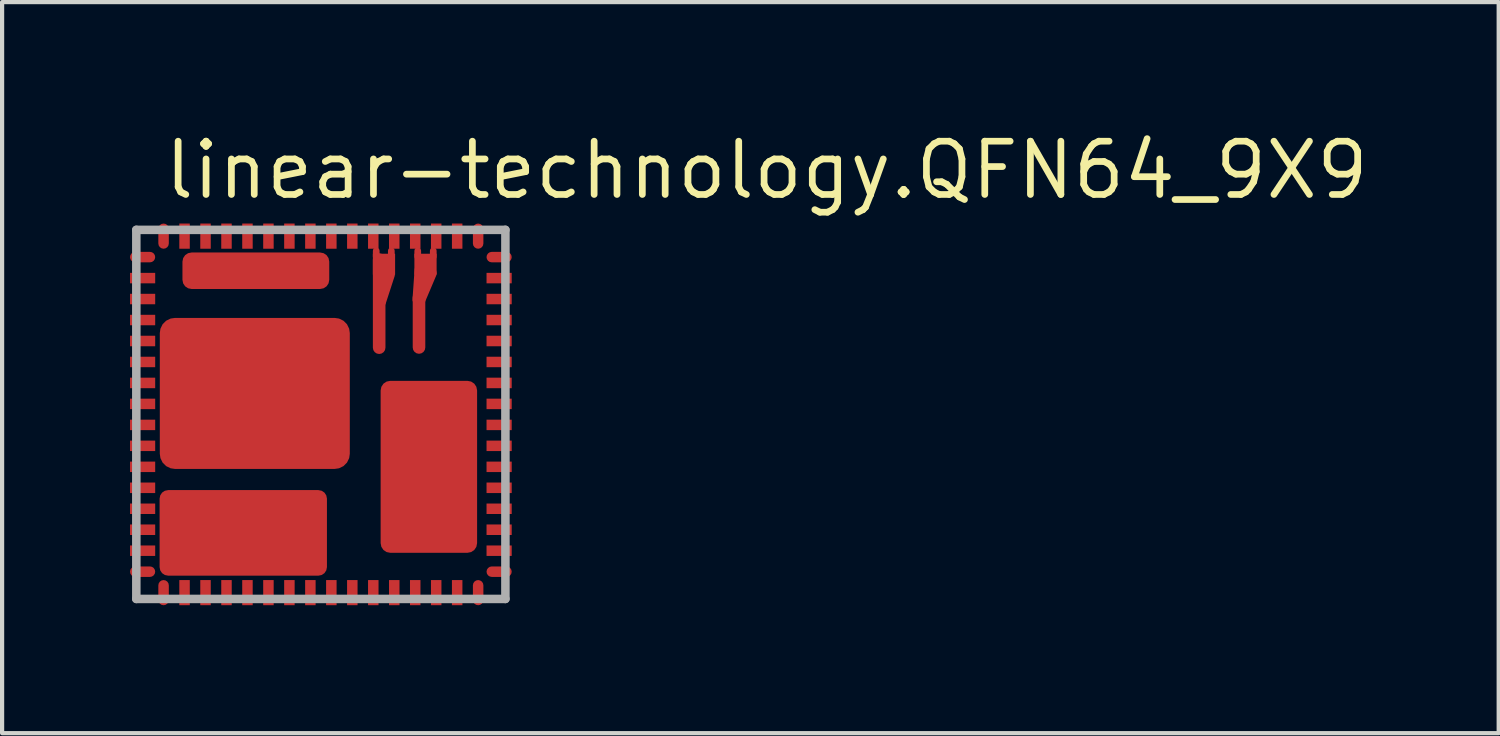
<source format=kicad_pcb>
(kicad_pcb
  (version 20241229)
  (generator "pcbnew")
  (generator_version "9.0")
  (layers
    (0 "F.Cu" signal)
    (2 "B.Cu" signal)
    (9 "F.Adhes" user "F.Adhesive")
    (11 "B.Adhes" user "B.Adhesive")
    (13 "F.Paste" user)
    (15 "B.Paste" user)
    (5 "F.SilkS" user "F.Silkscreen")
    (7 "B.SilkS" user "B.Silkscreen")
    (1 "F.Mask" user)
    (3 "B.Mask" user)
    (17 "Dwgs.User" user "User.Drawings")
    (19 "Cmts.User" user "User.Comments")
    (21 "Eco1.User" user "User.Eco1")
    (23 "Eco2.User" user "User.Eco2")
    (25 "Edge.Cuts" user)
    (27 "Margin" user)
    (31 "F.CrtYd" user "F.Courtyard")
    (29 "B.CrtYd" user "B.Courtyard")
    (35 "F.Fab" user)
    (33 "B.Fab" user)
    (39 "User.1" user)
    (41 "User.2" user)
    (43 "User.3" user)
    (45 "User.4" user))
  (footprint "linear-technology.QFN64_9X9"
    (layer "F.Cu")
    (at 4.6 6.83)
    (property "Reference" "linear-technology.QFN64_9X9" (at -3.81 -5.08 0) (layer "F.SilkS") (effects (font (size 1.27 1.27) (thickness 0.16)) (justify left bottom)))
    (attr smd)
    (fp_line (start 1.32 -3.92) (end 1.32 -1.54) (stroke (width 0.25) (type default)) (layer "F.Mask"))
    (fp_line (start 1.32 -1.54) (end 1.45 -1.54) (stroke (width 0.25) (type default)) (layer "F.Mask"))
    (fp_line (start 1.45 -1.54) (end 1.45 -2.63) (stroke (width 0.25) (type default)) (layer "F.Mask"))
    (fp_line (start 1.675 -3.95) (end 1.675 -3.375) (stroke (width 0.3) (type default)) (layer "F.Mask"))
    (fp_line (start 1.675 -3.375) (end 1.45 -2.7) (stroke (width 0.3) (type default)) (layer "F.Mask"))
    (fp_line (start 2.24 -2.63) (end 2.24 -1.5) (stroke (width 0.25) (type default)) (layer "F.Mask"))
    (fp_line (start 2.24 -1.5) (end 2.43 -1.5) (stroke (width 0.25) (type default)) (layer "F.Mask"))
    (fp_line (start 2.31 -3.92) (end 2.31 -3.56) (stroke (width 0.25) (type default)) (layer "F.Mask"))
    (fp_line (start 2.31 -3.56) (end 2.24 -2.63) (stroke (width 0.25) (type default)) (layer "F.Mask"))
    (fp_line (start 2.43 -2.67) (end 2.68 -3.3) (stroke (width 0.25) (type default)) (layer "F.Mask"))
    (fp_line (start 2.43 -1.5) (end 2.43 -2.67) (stroke (width 0.25) (type default)) (layer "F.Mask"))
    (fp_line (start 2.68 -3.92) (end 2.68 -3.3) (stroke (width 0.25) (type default)) (layer "F.Mask"))
    (fp_rect (start -4.575 -3.6) (end -3.925 -3.9) (stroke (width 0.05) (type default)) (fill yes) (layer "F.Mask"))
    (fp_rect (start -4.575 -3.1) (end -3.925 -3.4) (stroke (width 0.05) (type default)) (fill yes) (layer "F.Mask"))
    (fp_rect (start -4.575 -2.6) (end -3.925 -2.9) (stroke (width 0.05) (type default)) (fill yes) (layer "F.Mask"))
    (fp_rect (start -4.575 -2.1) (end -3.925 -2.4) (stroke (width 0.05) (type default)) (fill yes) (layer "F.Mask"))
    (fp_rect (start -4.575 -1.6) (end -3.925 -1.9) (stroke (width 0.05) (type default)) (fill yes) (layer "F.Mask"))
    (fp_rect (start -4.575 -1.1) (end -3.925 -1.4) (stroke (width 0.05) (type default)) (fill yes) (layer "F.Mask"))
    (fp_rect (start -4.575 -0.6) (end -3.925 -0.9) (stroke (width 0.05) (type default)) (fill yes) (layer "F.Mask"))
    (fp_rect (start -4.575 -0.1) (end -3.925 -0.4) (stroke (width 0.05) (type default)) (fill yes) (layer "F.Mask"))
    (fp_rect (start -4.575 0.4) (end -3.925 0.1) (stroke (width 0.05) (type default)) (fill yes) (layer "F.Mask"))
    (fp_rect (start -4.575 0.9) (end -3.925 0.6) (stroke (width 0.05) (type default)) (fill yes) (layer "F.Mask"))
    (fp_rect (start -4.575 1.4) (end -3.925 1.1) (stroke (width 0.05) (type default)) (fill yes) (layer "F.Mask"))
    (fp_rect (start -4.575 1.9) (end -3.925 1.6) (stroke (width 0.05) (type default)) (fill yes) (layer "F.Mask"))
    (fp_rect (start -4.575 2.4) (end -3.925 2.1) (stroke (width 0.05) (type default)) (fill yes) (layer "F.Mask"))
    (fp_rect (start -4.575 2.9) (end -3.925 2.6) (stroke (width 0.05) (type default)) (fill yes) (layer "F.Mask"))
    (fp_rect (start -4.575 3.4) (end -3.925 3.1) (stroke (width 0.05) (type default)) (fill yes) (layer "F.Mask"))
    (fp_rect (start -4.575 3.9) (end -3.925 3.6) (stroke (width 0.05) (type default)) (fill yes) (layer "F.Mask"))
    (fp_rect (start -3.9 -3.925) (end -3.6 -4.575) (stroke (width 0.05) (type default)) (fill yes) (layer "F.Mask"))
    (fp_rect (start -3.9 4.575) (end -3.6 3.925) (stroke (width 0.05) (type default)) (fill yes) (layer "F.Mask"))
    (fp_rect (start -3.875 1.325) (end 0.725 -2.325) (stroke (width 0.05) (type default)) (fill yes) (layer "F.Mask"))
    (fp_rect (start -3.875 3.875) (end 0.175 1.775) (stroke (width 0.05) (type default)) (fill yes) (layer "F.Mask"))
    (fp_rect (start -3.4 -3.925) (end -3.1 -4.575) (stroke (width 0.05) (type default)) (fill yes) (layer "F.Mask"))
    (fp_rect (start -3.4 4.575) (end -3.1 3.925) (stroke (width 0.05) (type default)) (fill yes) (layer "F.Mask"))
    (fp_rect (start -3.325 -2.975) (end 0.225 -3.875) (stroke (width 0.05) (type default)) (fill yes) (layer "F.Mask"))
    (fp_rect (start -2.9 -3.925) (end -2.6 -4.575) (stroke (width 0.05) (type default)) (fill yes) (layer "F.Mask"))
    (fp_rect (start -2.9 4.575) (end -2.6 3.925) (stroke (width 0.05) (type default)) (fill yes) (layer "F.Mask"))
    (fp_rect (start -2.4 -3.925) (end -2.1 -4.575) (stroke (width 0.05) (type default)) (fill yes) (layer "F.Mask"))
    (fp_rect (start -2.4 4.575) (end -2.1 3.925) (stroke (width 0.05) (type default)) (fill yes) (layer "F.Mask"))
    (fp_rect (start -1.9 -3.925) (end -1.6 -4.575) (stroke (width 0.05) (type default)) (fill yes) (layer "F.Mask"))
    (fp_rect (start -1.9 4.575) (end -1.6 3.925) (stroke (width 0.05) (type default)) (fill yes) (layer "F.Mask"))
    (fp_rect (start -1.4 -3.925) (end -1.1 -4.575) (stroke (width 0.05) (type default)) (fill yes) (layer "F.Mask"))
    (fp_rect (start -1.4 4.575) (end -1.1 3.925) (stroke (width 0.05) (type default)) (fill yes) (layer "F.Mask"))
    (fp_rect (start -0.9 -3.925) (end -0.6 -4.575) (stroke (width 0.05) (type default)) (fill yes) (layer "F.Mask"))
    (fp_rect (start -0.9 4.575) (end -0.6 3.925) (stroke (width 0.05) (type default)) (fill yes) (layer "F.Mask"))
    (fp_rect (start -0.4 -3.925) (end -0.1 -4.575) (stroke (width 0.05) (type default)) (fill yes) (layer "F.Mask"))
    (fp_rect (start -0.4 4.575) (end -0.1 3.925) (stroke (width 0.05) (type default)) (fill yes) (layer "F.Mask"))
    (fp_rect (start 0.1 -3.925) (end 0.4 -4.575) (stroke (width 0.05) (type default)) (fill yes) (layer "F.Mask"))
    (fp_rect (start 0.1 4.575) (end 0.4 3.925) (stroke (width 0.05) (type default)) (fill yes) (layer "F.Mask"))
    (fp_rect (start 0.6 -3.925) (end 0.9 -4.575) (stroke (width 0.05) (type default)) (fill yes) (layer "F.Mask"))
    (fp_rect (start 0.6 4.575) (end 0.9 3.925) (stroke (width 0.05) (type default)) (fill yes) (layer "F.Mask"))
    (fp_rect (start 1.1 -3.925) (end 1.4 -4.575) (stroke (width 0.05) (type default)) (fill yes) (layer "F.Mask"))
    (fp_rect (start 1.1 4.575) (end 1.4 3.925) (stroke (width 0.05) (type default)) (fill yes) (layer "F.Mask"))
    (fp_rect (start 1.4 -2.95) (end 1.55 -3.85) (stroke (width 0.05) (type default)) (fill yes) (layer "F.Mask"))
    (fp_rect (start 1.4 3.325) (end 3.75 -0.825) (stroke (width 0.05) (type default)) (fill yes) (layer "F.Mask"))
    (fp_rect (start 1.6 -3.925) (end 1.9 -4.575) (stroke (width 0.05) (type default)) (fill yes) (layer "F.Mask"))
    (fp_rect (start 1.6 4.575) (end 1.9 3.925) (stroke (width 0.05) (type default)) (fill yes) (layer "F.Mask"))
    (fp_rect (start 2.1 -3.925) (end 2.4 -4.575) (stroke (width 0.05) (type default)) (fill yes) (layer "F.Mask"))
    (fp_rect (start 2.1 4.575) (end 2.4 3.925) (stroke (width 0.05) (type default)) (fill yes) (layer "F.Mask"))
    (fp_rect (start 2.35 -2.84) (end 2.6 -3.85) (stroke (width 0.05) (type default)) (fill yes) (layer "F.Mask"))
    (fp_rect (start 2.6 -3.925) (end 2.9 -4.575) (stroke (width 0.05) (type default)) (fill yes) (layer "F.Mask"))
    (fp_rect (start 2.6 4.575) (end 2.9 3.925) (stroke (width 0.05) (type default)) (fill yes) (layer "F.Mask"))
    (fp_rect (start 3.1 -3.925) (end 3.4 -4.575) (stroke (width 0.05) (type default)) (fill yes) (layer "F.Mask"))
    (fp_rect (start 3.1 4.575) (end 3.4 3.925) (stroke (width 0.05) (type default)) (fill yes) (layer "F.Mask"))
    (fp_rect (start 3.6 -3.925) (end 3.9 -4.575) (stroke (width 0.05) (type default)) (fill yes) (layer "F.Mask"))
    (fp_rect (start 3.6 4.575) (end 3.9 3.925) (stroke (width 0.05) (type default)) (fill yes) (layer "F.Mask"))
    (fp_rect (start 3.925 -3.6) (end 4.575 -3.9) (stroke (width 0.05) (type default)) (fill yes) (layer "F.Mask"))
    (fp_rect (start 3.925 -3.1) (end 4.575 -3.4) (stroke (width 0.05) (type default)) (fill yes) (layer "F.Mask"))
    (fp_rect (start 3.925 -2.6) (end 4.575 -2.9) (stroke (width 0.05) (type default)) (fill yes) (layer "F.Mask"))
    (fp_rect (start 3.925 -2.1) (end 4.575 -2.4) (stroke (width 0.05) (type default)) (fill yes) (layer "F.Mask"))
    (fp_rect (start 3.925 -1.6) (end 4.575 -1.9) (stroke (width 0.05) (type default)) (fill yes) (layer "F.Mask"))
    (fp_rect (start 3.925 -1.1) (end 4.575 -1.4) (stroke (width 0.05) (type default)) (fill yes) (layer "F.Mask"))
    (fp_rect (start 3.925 -0.6) (end 4.575 -0.9) (stroke (width 0.05) (type default)) (fill yes) (layer "F.Mask"))
    (fp_rect (start 3.925 -0.1) (end 4.575 -0.4) (stroke (width 0.05) (type default)) (fill yes) (layer "F.Mask"))
    (fp_rect (start 3.925 0.4) (end 4.575 0.1) (stroke (width 0.05) (type default)) (fill yes) (layer "F.Mask"))
    (fp_rect (start 3.925 0.9) (end 4.575 0.6) (stroke (width 0.05) (type default)) (fill yes) (layer "F.Mask"))
    (fp_rect (start 3.925 1.4) (end 4.575 1.1) (stroke (width 0.05) (type default)) (fill yes) (layer "F.Mask"))
    (fp_rect (start 3.925 1.9) (end 4.575 1.6) (stroke (width 0.05) (type default)) (fill yes) (layer "F.Mask"))
    (fp_rect (start 3.925 2.4) (end 4.575 2.1) (stroke (width 0.05) (type default)) (fill yes) (layer "F.Mask"))
    (fp_rect (start 3.925 2.9) (end 4.575 2.6) (stroke (width 0.05) (type default)) (fill yes) (layer "F.Mask"))
    (fp_rect (start 3.925 3.4) (end 4.575 3.1) (stroke (width 0.05) (type default)) (fill yes) (layer "F.Mask"))
    (fp_rect (start 3.925 3.9) (end 4.575 3.6) (stroke (width 0.05) (type default)) (fill yes) (layer "F.Mask"))
    (fp_line (start 1.39 -3.67) (end 1.62 -3.67) (stroke (width 0.25) (type default)) (layer "F.Paste"))
    (fp_line (start 1.39 -2.66) (end 1.39 -3.67) (stroke (width 0.25) (type default)) (layer "F.Paste"))
    (fp_line (start 1.39 -1.59) (end 1.39 -2.66) (stroke (width 0.25) (type default)) (layer "F.Paste"))
    (fp_line (start 1.62 -3.67) (end 1.62 -3.4) (stroke (width 0.25) (type default)) (layer "F.Paste"))
    (fp_line (start 1.62 -3.4) (end 1.39 -2.66) (stroke (width 0.25) (type default)) (layer "F.Paste"))
    (fp_line (start 2.33 -2.74) (end 2.59 -3.36) (stroke (width 0.25) (type default)) (layer "F.Paste"))
    (fp_line (start 2.34 -1.6) (end 2.33 -2.74) (stroke (width 0.25) (type default)) (layer "F.Paste"))
    (fp_line (start 2.39 -3.68) (end 2.33 -2.72) (stroke (width 0.25) (type default)) (layer "F.Paste"))
    (fp_line (start 2.59 -3.68) (end 2.39 -3.68) (stroke (width 0.25) (type default)) (layer "F.Paste"))
    (fp_line (start 2.59 -3.36) (end 2.59 -3.68) (stroke (width 0.25) (type default)) (layer "F.Paste"))
    (fp_rect (start -4.525 -3.65) (end -3.975 -3.85) (stroke (width 0.05) (type default)) (fill yes) (layer "F.Paste"))
    (fp_rect (start -4.525 -3.15) (end -3.975 -3.35) (stroke (width 0.05) (type default)) (fill yes) (layer "F.Paste"))
    (fp_rect (start -4.525 -2.65) (end -3.975 -2.85) (stroke (width 0.05) (type default)) (fill yes) (layer "F.Paste"))
    (fp_rect (start -4.525 -2.15) (end -3.975 -2.35) (stroke (width 0.05) (type default)) (fill yes) (layer "F.Paste"))
    (fp_rect (start -4.525 -1.65) (end -3.975 -1.85) (stroke (width 0.05) (type default)) (fill yes) (layer "F.Paste"))
    (fp_rect (start -4.525 -1.15) (end -3.975 -1.35) (stroke (width 0.05) (type default)) (fill yes) (layer "F.Paste"))
    (fp_rect (start -4.525 -0.65) (end -3.975 -0.85) (stroke (width 0.05) (type default)) (fill yes) (layer "F.Paste"))
    (fp_rect (start -4.525 -0.15) (end -3.975 -0.35) (stroke (width 0.05) (type default)) (fill yes) (layer "F.Paste"))
    (fp_rect (start -4.525 0.35) (end -3.975 0.15) (stroke (width 0.05) (type default)) (fill yes) (layer "F.Paste"))
    (fp_rect (start -4.525 0.85) (end -3.975 0.65) (stroke (width 0.05) (type default)) (fill yes) (layer "F.Paste"))
    (fp_rect (start -4.525 1.35) (end -3.975 1.15) (stroke (width 0.05) (type default)) (fill yes) (layer "F.Paste"))
    (fp_rect (start -4.525 1.85) (end -3.975 1.65) (stroke (width 0.05) (type default)) (fill yes) (layer "F.Paste"))
    (fp_rect (start -4.525 2.35) (end -3.975 2.15) (stroke (width 0.05) (type default)) (fill yes) (layer "F.Paste"))
    (fp_rect (start -4.525 2.85) (end -3.975 2.65) (stroke (width 0.05) (type default)) (fill yes) (layer "F.Paste"))
    (fp_rect (start -4.525 3.35) (end -3.975 3.15) (stroke (width 0.05) (type default)) (fill yes) (layer "F.Paste"))
    (fp_rect (start -4.525 3.85) (end -3.975 3.65) (stroke (width 0.05) (type default)) (fill yes) (layer "F.Paste"))
    (fp_rect (start -3.85 -3.975) (end -3.65 -4.525) (stroke (width 0.05) (type default)) (fill yes) (layer "F.Paste"))
    (fp_rect (start -3.85 4.525) (end -3.65 3.975) (stroke (width 0.05) (type default)) (fill yes) (layer "F.Paste"))
    (fp_rect (start -3.75 3.76) (end 0.03 1.91) (stroke (width 0.05) (type default)) (fill yes) (layer "F.Paste"))
    (fp_rect (start -3.72 1.19) (end 0.59 -2.18) (stroke (width 0.05) (type default)) (fill yes) (layer "F.Paste"))
    (fp_rect (start -3.35 -3.975) (end -3.15 -4.525) (stroke (width 0.05) (type default)) (fill yes) (layer "F.Paste"))
    (fp_rect (start -3.35 4.525) (end -3.15 3.975) (stroke (width 0.05) (type default)) (fill yes) (layer "F.Paste"))
    (fp_rect (start -3.23 -3.05) (end 0.13 -3.8) (stroke (width 0.05) (type default)) (fill yes) (layer "F.Paste"))
    (fp_rect (start -2.85 -3.975) (end -2.65 -4.525) (stroke (width 0.05) (type default)) (fill yes) (layer "F.Paste"))
    (fp_rect (start -2.85 4.525) (end -2.65 3.975) (stroke (width 0.05) (type default)) (fill yes) (layer "F.Paste"))
    (fp_rect (start -2.35 -3.975) (end -2.15 -4.525) (stroke (width 0.05) (type default)) (fill yes) (layer "F.Paste"))
    (fp_rect (start -2.35 4.525) (end -2.15 3.975) (stroke (width 0.05) (type default)) (fill yes) (layer "F.Paste"))
    (fp_rect (start -1.85 -3.975) (end -1.65 -4.525) (stroke (width 0.05) (type default)) (fill yes) (layer "F.Paste"))
    (fp_rect (start -1.85 4.525) (end -1.65 3.975) (stroke (width 0.05) (type default)) (fill yes) (layer "F.Paste"))
    (fp_rect (start -1.35 -3.975) (end -1.15 -4.525) (stroke (width 0.05) (type default)) (fill yes) (layer "F.Paste"))
    (fp_rect (start -1.35 4.525) (end -1.15 3.975) (stroke (width 0.05) (type default)) (fill yes) (layer "F.Paste"))
    (fp_rect (start -0.85 -3.975) (end -0.65 -4.525) (stroke (width 0.05) (type default)) (fill yes) (layer "F.Paste"))
    (fp_rect (start -0.85 4.525) (end -0.65 3.975) (stroke (width 0.05) (type default)) (fill yes) (layer "F.Paste"))
    (fp_rect (start -0.35 -3.975) (end -0.15 -4.525) (stroke (width 0.05) (type default)) (fill yes) (layer "F.Paste"))
    (fp_rect (start -0.35 4.525) (end -0.15 3.975) (stroke (width 0.05) (type default)) (fill yes) (layer "F.Paste"))
    (fp_rect (start 0.15 -3.975) (end 0.35 -4.525) (stroke (width 0.05) (type default)) (fill yes) (layer "F.Paste"))
    (fp_rect (start 0.15 4.525) (end 0.35 3.975) (stroke (width 0.05) (type default)) (fill yes) (layer "F.Paste"))
    (fp_rect (start 0.65 -3.975) (end 0.85 -4.525) (stroke (width 0.05) (type default)) (fill yes) (layer "F.Paste"))
    (fp_rect (start 0.65 4.525) (end 0.85 3.975) (stroke (width 0.05) (type default)) (fill yes) (layer "F.Paste"))
    (fp_rect (start 1.15 -3.975) (end 1.35 -4.525) (stroke (width 0.05) (type default)) (fill yes) (layer "F.Paste"))
    (fp_rect (start 1.15 4.525) (end 1.35 3.975) (stroke (width 0.05) (type default)) (fill yes) (layer "F.Paste"))
    (fp_rect (start 1.51 3.21) (end 3.63 -0.7) (stroke (width 0.05) (type default)) (fill yes) (layer "F.Paste"))
    (fp_rect (start 1.65 -3.975) (end 1.85 -4.525) (stroke (width 0.05) (type default)) (fill yes) (layer "F.Paste"))
    (fp_rect (start 1.65 4.525) (end 1.85 3.975) (stroke (width 0.05) (type default)) (fill yes) (layer "F.Paste"))
    (fp_rect (start 2.15 -3.975) (end 2.35 -4.525) (stroke (width 0.05) (type default)) (fill yes) (layer "F.Paste"))
    (fp_rect (start 2.15 4.525) (end 2.35 3.975) (stroke (width 0.05) (type default)) (fill yes) (layer "F.Paste"))
    (fp_rect (start 2.65 -3.975) (end 2.85 -4.525) (stroke (width 0.05) (type default)) (fill yes) (layer "F.Paste"))
    (fp_rect (start 2.65 4.525) (end 2.85 3.975) (stroke (width 0.05) (type default)) (fill yes) (layer "F.Paste"))
    (fp_rect (start 3.15 -3.975) (end 3.35 -4.525) (stroke (width 0.05) (type default)) (fill yes) (layer "F.Paste"))
    (fp_rect (start 3.15 4.525) (end 3.35 3.975) (stroke (width 0.05) (type default)) (fill yes) (layer "F.Paste"))
    (fp_rect (start 3.65 -3.975) (end 3.85 -4.525) (stroke (width 0.05) (type default)) (fill yes) (layer "F.Paste"))
    (fp_rect (start 3.65 4.525) (end 3.85 3.975) (stroke (width 0.05) (type default)) (fill yes) (layer "F.Paste"))
    (fp_rect (start 3.975 -3.65) (end 4.525 -3.85) (stroke (width 0.05) (type default)) (fill yes) (layer "F.Paste"))
    (fp_rect (start 3.975 -3.15) (end 4.525 -3.35) (stroke (width 0.05) (type default)) (fill yes) (layer "F.Paste"))
    (fp_rect (start 3.975 -2.65) (end 4.525 -2.85) (stroke (width 0.05) (type default)) (fill yes) (layer "F.Paste"))
    (fp_rect (start 3.975 -2.15) (end 4.525 -2.35) (stroke (width 0.05) (type default)) (fill yes) (layer "F.Paste"))
    (fp_rect (start 3.975 -1.65) (end 4.525 -1.85) (stroke (width 0.05) (type default)) (fill yes) (layer "F.Paste"))
    (fp_rect (start 3.975 -1.15) (end 4.525 -1.35) (stroke (width 0.05) (type default)) (fill yes) (layer "F.Paste"))
    (fp_rect (start 3.975 -0.65) (end 4.525 -0.85) (stroke (width 0.05) (type default)) (fill yes) (layer "F.Paste"))
    (fp_rect (start 3.975 -0.15) (end 4.525 -0.35) (stroke (width 0.05) (type default)) (fill yes) (layer "F.Paste"))
    (fp_rect (start 3.975 0.35) (end 4.525 0.15) (stroke (width 0.05) (type default)) (fill yes) (layer "F.Paste"))
    (fp_rect (start 3.975 0.85) (end 4.525 0.65) (stroke (width 0.05) (type default)) (fill yes) (layer "F.Paste"))
    (fp_rect (start 3.975 1.35) (end 4.525 1.15) (stroke (width 0.05) (type default)) (fill yes) (layer "F.Paste"))
    (fp_rect (start 3.975 1.85) (end 4.525 1.65) (stroke (width 0.05) (type default)) (fill yes) (layer "F.Paste"))
    (fp_rect (start 3.975 2.35) (end 4.525 2.15) (stroke (width 0.05) (type default)) (fill yes) (layer "F.Paste"))
    (fp_rect (start 3.975 2.85) (end 4.525 2.65) (stroke (width 0.05) (type default)) (fill yes) (layer "F.Paste"))
    (fp_rect (start 3.975 3.35) (end 4.525 3.15) (stroke (width 0.05) (type default)) (fill yes) (layer "F.Paste"))
    (fp_rect (start 3.975 3.85) (end 4.525 3.65) (stroke (width 0.05) (type default)) (fill yes) (layer "F.Paste"))
    (fp_line (start -4.4 -4.4) (end -4.4 4.4) (stroke (width 0.203) (type default)) (layer "F.Fab"))
    (fp_line (start -4.4 4.4) (end 4.4 4.4) (stroke (width 0.203) (type default)) (layer "F.Fab"))
    (fp_line (start 4.4 -4.4) (end -4.4 -4.4) (stroke (width 0.203) (type default)) (layer "F.Fab"))
    (fp_line (start 4.4 4.4) (end 4.4 -4.4) (stroke (width 0.203) (type default)) (layer "F.Fab"))
    (pad "1" smd roundrect (at -4.25 -3.75) (size 0.6 0.25) (layers "F.Cu" "F.Mask" "F.Paste") (roundrect_rratio 0.5))
    (pad "2" smd roundrect (at -4.25 -3.25) (size 0.6 0.25) (layers "F.Cu" "F.Mask" "F.Paste") (roundrect_rratio 0.01))
    (pad "3" smd roundrect (at -4.25 -2.75) (size 0.6 0.25) (layers "F.Cu" "F.Mask" "F.Paste") (roundrect_rratio 0.01))
    (pad "4" smd roundrect (at -4.25 -2.25) (size 0.6 0.25) (layers "F.Cu" "F.Mask" "F.Paste") (roundrect_rratio 0.01))
    (pad "5" smd roundrect (at -4.25 -1.75) (size 0.6 0.25) (layers "F.Cu" "F.Mask" "F.Paste") (roundrect_rratio 0.01))
    (pad "6" smd roundrect (at -4.25 -1.25) (size 0.6 0.25) (layers "F.Cu" "F.Mask" "F.Paste") (roundrect_rratio 0.01))
    (pad "7" smd roundrect (at -4.25 -0.75) (size 0.6 0.25) (layers "F.Cu" "F.Mask" "F.Paste") (roundrect_rratio 0.01))
    (pad "8" smd roundrect (at -4.25 -0.25) (size 0.6 0.25) (layers "F.Cu" "F.Mask" "F.Paste") (roundrect_rratio 0.01))
    (pad "9" smd roundrect (at -4.25 0.25) (size 0.6 0.25) (layers "F.Cu" "F.Mask" "F.Paste") (roundrect_rratio 0.01))
    (pad "10" smd roundrect (at -4.25 0.75) (size 0.6 0.25) (layers "F.Cu" "F.Mask" "F.Paste") (roundrect_rratio 0.01))
    (pad "11" smd roundrect (at -4.25 1.25) (size 0.6 0.25) (layers "F.Cu" "F.Mask" "F.Paste") (roundrect_rratio 0.01))
    (pad "12" smd roundrect (at -4.25 1.75) (size 0.6 0.25) (layers "F.Cu" "F.Mask" "F.Paste") (roundrect_rratio 0.01))
    (pad "13" smd roundrect (at -4.25 2.25) (size 0.6 0.25) (layers "F.Cu" "F.Mask" "F.Paste") (roundrect_rratio 0.01))
    (pad "14" smd roundrect (at -4.25 2.75) (size 0.6 0.25) (layers "F.Cu" "F.Mask" "F.Paste") (roundrect_rratio 0.01))
    (pad "15" smd roundrect (at -4.25 3.25) (size 0.6 0.25) (layers "F.Cu" "F.Mask" "F.Paste") (roundrect_rratio 0.01))
    (pad "16" smd roundrect (at -4.25 3.75) (size 0.6 0.25) (layers "F.Cu" "F.Mask" "F.Paste") (roundrect_rratio 0.5))
    (pad "17" smd roundrect (at -3.75 4.25 90) (size 0.6 0.25) (layers "F.Cu" "F.Mask" "F.Paste") (roundrect_rratio 0.5))
    (pad "18" smd roundrect (at -3.25 4.25 90) (size 0.6 0.25) (layers "F.Cu" "F.Mask" "F.Paste") (roundrect_rratio 0.01))
    (pad "19" smd roundrect (at -2.75 4.25 90) (size 0.6 0.25) (layers "F.Cu" "F.Mask" "F.Paste") (roundrect_rratio 0.01))
    (pad "20" smd roundrect (at -2.25 4.25 90) (size 0.6 0.25) (layers "F.Cu" "F.Mask" "F.Paste") (roundrect_rratio 0.01))
    (pad "21" smd roundrect (at -1.75 4.25 90) (size 0.6 0.25) (layers "F.Cu" "F.Mask" "F.Paste") (roundrect_rratio 0.01))
    (pad "22" smd roundrect (at -1.25 4.25 90) (size 0.6 0.25) (layers "F.Cu" "F.Mask" "F.Paste") (roundrect_rratio 0.01))
    (pad "23" smd roundrect (at -0.75 4.25 90) (size 0.6 0.25) (layers "F.Cu" "F.Mask" "F.Paste") (roundrect_rratio 0.01))
    (pad "24" smd roundrect (at -0.25 4.25 90) (size 0.6 0.25) (layers "F.Cu" "F.Mask" "F.Paste") (roundrect_rratio 0.01))
    (pad "25" smd roundrect (at 0.25 4.25 90) (size 0.6 0.25) (layers "F.Cu" "F.Mask" "F.Paste") (roundrect_rratio 0.01))
    (pad "26" smd roundrect (at 0.75 4.25 90) (size 0.6 0.25) (layers "F.Cu" "F.Mask" "F.Paste") (roundrect_rratio 0.01))
    (pad "27" smd roundrect (at 1.25 4.25 90) (size 0.6 0.25) (layers "F.Cu" "F.Mask" "F.Paste") (roundrect_rratio 0.01))
    (pad "28" smd roundrect (at 1.75 4.25 90) (size 0.6 0.25) (layers "F.Cu" "F.Mask" "F.Paste") (roundrect_rratio 0.01))
    (pad "29" smd roundrect (at 2.25 4.25 90) (size 0.6 0.25) (layers "F.Cu" "F.Mask" "F.Paste") (roundrect_rratio 0.01))
    (pad "30" smd roundrect (at 2.75 4.25 90) (size 0.6 0.25) (layers "F.Cu" "F.Mask" "F.Paste") (roundrect_rratio 0.01))
    (pad "31" smd roundrect (at 3.25 4.25 90) (size 0.6 0.25) (layers "F.Cu" "F.Mask" "F.Paste") (roundrect_rratio 0.01))
    (pad "32" smd roundrect (at 3.75 4.25 90) (size 0.6 0.25) (layers "F.Cu" "F.Mask" "F.Paste") (roundrect_rratio 0.5))
    (pad "33" smd roundrect (at 4.25 3.75 180) (size 0.6 0.25) (layers "F.Cu" "F.Mask" "F.Paste") (roundrect_rratio 0.5))
    (pad "34" smd roundrect (at 4.25 3.25 180) (size 0.6 0.25) (layers "F.Cu" "F.Mask" "F.Paste") (roundrect_rratio 0.01))
    (pad "35" smd roundrect (at 4.25 2.75 180) (size 0.6 0.25) (layers "F.Cu" "F.Mask" "F.Paste") (roundrect_rratio 0.01))
    (pad "36" smd roundrect (at 4.25 2.25 180) (size 0.6 0.25) (layers "F.Cu" "F.Mask" "F.Paste") (roundrect_rratio 0.01))
    (pad "37" smd roundrect (at 4.25 1.75 180) (size 0.6 0.25) (layers "F.Cu" "F.Mask" "F.Paste") (roundrect_rratio 0.01))
    (pad "38" smd roundrect (at 4.25 1.25 180) (size 0.6 0.25) (layers "F.Cu" "F.Mask" "F.Paste") (roundrect_rratio 0.01))
    (pad "39" smd roundrect (at 4.25 0.75 180) (size 0.6 0.25) (layers "F.Cu" "F.Mask" "F.Paste") (roundrect_rratio 0.01))
    (pad "40" smd roundrect (at 4.25 0.25 180) (size 0.6 0.25) (layers "F.Cu" "F.Mask" "F.Paste") (roundrect_rratio 0.01))
    (pad "41" smd roundrect (at 4.25 -0.25 180) (size 0.6 0.25) (layers "F.Cu" "F.Mask" "F.Paste") (roundrect_rratio 0.01))
    (pad "42" smd roundrect (at 4.25 -0.75 180) (size 0.6 0.25) (layers "F.Cu" "F.Mask" "F.Paste") (roundrect_rratio 0.01))
    (pad "43" smd roundrect (at 4.25 -1.25 180) (size 0.6 0.25) (layers "F.Cu" "F.Mask" "F.Paste") (roundrect_rratio 0.01))
    (pad "44" smd roundrect (at 4.25 -1.75 180) (size 0.6 0.25) (layers "F.Cu" "F.Mask" "F.Paste") (roundrect_rratio 0.01))
    (pad "45" smd roundrect (at 4.25 -2.25 180) (size 0.6 0.25) (layers "F.Cu" "F.Mask" "F.Paste") (roundrect_rratio 0.01))
    (pad "46" smd roundrect (at 4.25 -2.75 180) (size 0.6 0.25) (layers "F.Cu" "F.Mask" "F.Paste") (roundrect_rratio 0.01))
    (pad "47" smd roundrect (at 4.25 -3.25 180) (size 0.6 0.25) (layers "F.Cu" "F.Mask" "F.Paste") (roundrect_rratio 0.01))
    (pad "48" smd roundrect (at 4.25 -3.75 180) (size 0.6 0.25) (layers "F.Cu" "F.Mask" "F.Paste") (roundrect_rratio 0.5))
    (pad "49" smd roundrect (at 3.75 -4.25 270) (size 0.6 0.25) (layers "F.Cu" "F.Mask" "F.Paste") (roundrect_rratio 0.5))
    (pad "50" smd roundrect (at 3.25 -4.25 270) (size 0.6 0.25) (layers "F.Cu" "F.Mask" "F.Paste") (roundrect_rratio 0.01))
    (pad "51" smd roundrect (at 2.75 -4.25 270) (size 0.6 0.25) (layers "F.Cu" "F.Mask" "F.Paste") (roundrect_rratio 0.01))
    (pad "51@1" smd roundrect (at 2.68 -3.83) (size 0.16 0.3) (layers "F.Cu" "F.Mask" "F.Paste") (roundrect_rratio 0.5))
    (pad "51@2" smd roundrect (at 2.495 -3.58) (size 0.53 0.5) (layers "F.Cu" "F.Mask" "F.Paste") (roundrect_rratio 0.01))
    (pad "51@3" smd roundrect (at 2.475 -3.045 157) (size 0.3 1) (layers "F.Cu" "F.Mask" "F.Paste") (roundrect_rratio 0.5))
    (pad "51@4" smd roundrect (at 2.36 -3.1 176) (size 0.3 1) (layers "F.Cu" "F.Mask" "F.Paste") (roundrect_rratio 0.5))
    (pad "51@5" smd roundrect (at 2.34 -2.195) (size 0.3 1.5) (layers "F.Cu" "F.Mask" "F.Paste") (roundrect_rratio 0.5))
    (pad "52" smd roundrect (at 2.25 -4.25 270) (size 0.6 0.25) (layers "F.Cu" "F.Mask" "F.Paste") (roundrect_rratio 0.01))
    (pad "52@1" smd roundrect (at 2.31 -3.83) (size 0.16 0.3) (layers "F.Cu" "F.Mask" "F.Paste") (roundrect_rratio 0.5))
    (pad "53" smd roundrect (at 1.75 -4.25 270) (size 0.6 0.25) (layers "F.Cu" "F.Mask" "F.Paste") (roundrect_rratio 0.01))
    (pad "53@1" smd roundrect (at 1.68 -3.83) (size 0.16 0.3) (layers "F.Cu" "F.Mask" "F.Paste") (roundrect_rratio 0.5))
    (pad "53@2" smd roundrect (at 1.505 -3.58) (size 0.53 0.5) (layers "F.Cu" "F.Mask" "F.Paste") (roundrect_rratio 0.01))
    (pad "53@3" smd roundrect (at 1.51 -3.015 162) (size 0.3 1) (layers "F.Cu" "F.Mask" "F.Paste") (roundrect_rratio 0.5))
    (pad "53@4" smd roundrect (at 1.39 -2.64) (size 0.3 2.4) (layers "F.Cu" "F.Mask" "F.Paste") (roundrect_rratio 0.5))
    (pad "54" smd roundrect (at 1.25 -4.25 270) (size 0.6 0.25) (layers "F.Cu" "F.Mask" "F.Paste") (roundrect_rratio 0.01))
    (pad "54@1" smd roundrect (at 1.32 -3.83) (size 0.16 0.3) (layers "F.Cu" "F.Mask" "F.Paste") (roundrect_rratio 0.5))
    (pad "55" smd roundrect (at 0.75 -4.25 270) (size 0.6 0.25) (layers "F.Cu" "F.Mask" "F.Paste") (roundrect_rratio 0.01))
    (pad "56" smd roundrect (at 0.25 -4.25 270) (size 0.6 0.25) (layers "F.Cu" "F.Mask" "F.Paste") (roundrect_rratio 0.01))
    (pad "57" smd roundrect (at -0.25 -4.25 270) (size 0.6 0.25) (layers "F.Cu" "F.Mask" "F.Paste") (roundrect_rratio 0.01))
    (pad "58" smd roundrect (at -0.75 -4.25 270) (size 0.6 0.25) (layers "F.Cu" "F.Mask" "F.Paste") (roundrect_rratio 0.01))
    (pad "59" smd roundrect (at -1.25 -4.25 270) (size 0.6 0.25) (layers "F.Cu" "F.Mask" "F.Paste") (roundrect_rratio 0.01))
    (pad "60" smd roundrect (at -1.75 -4.25 270) (size 0.6 0.25) (layers "F.Cu" "F.Mask" "F.Paste") (roundrect_rratio 0.01))
    (pad "61" smd roundrect (at -2.25 -4.25 270) (size 0.6 0.25) (layers "F.Cu" "F.Mask" "F.Paste") (roundrect_rratio 0.01))
    (pad "62" smd roundrect (at -2.75 -4.25 270) (size 0.6 0.25) (layers "F.Cu" "F.Mask" "F.Paste") (roundrect_rratio 0.01))
    (pad "63" smd roundrect (at -3.25 -4.25 270) (size 0.6 0.25) (layers "F.Cu" "F.Mask" "F.Paste") (roundrect_rratio 0.01))
    (pad "64" smd roundrect (at -3.75 -4.25 270) (size 0.6 0.25) (layers "F.Cu" "F.Mask" "F.Paste") (roundrect_rratio 0.5))
    (pad "65" smd roundrect (at -1.55 -3.425) (size 3.5 0.87) (layers "F.Cu" "F.Mask" "F.Paste") (roundrect_rratio 0.25))
    (pad "66" smd roundrect (at -1.575 -0.5) (size 4.53 3.6) (layers "F.Cu" "F.Mask" "F.Paste") (roundrect_rratio 0.1))
    (pad "67" smd roundrect (at -1.85 2.825) (size 3.99 2.04) (layers "F.Cu" "F.Mask" "F.Paste") (roundrect_rratio 0.1))
    (pad "68" smd roundrect (at 2.575 1.25) (size 2.3 4.1) (layers "F.Cu" "F.Mask" "F.Paste") (roundrect_rratio 0.1)))
  (gr_rect
    (start -3 -3)
    (end 32.682 14.43)
    (stroke (width 0.1) (type default))
    (fill no)
    (layer "Edge.Cuts")))
</source>
